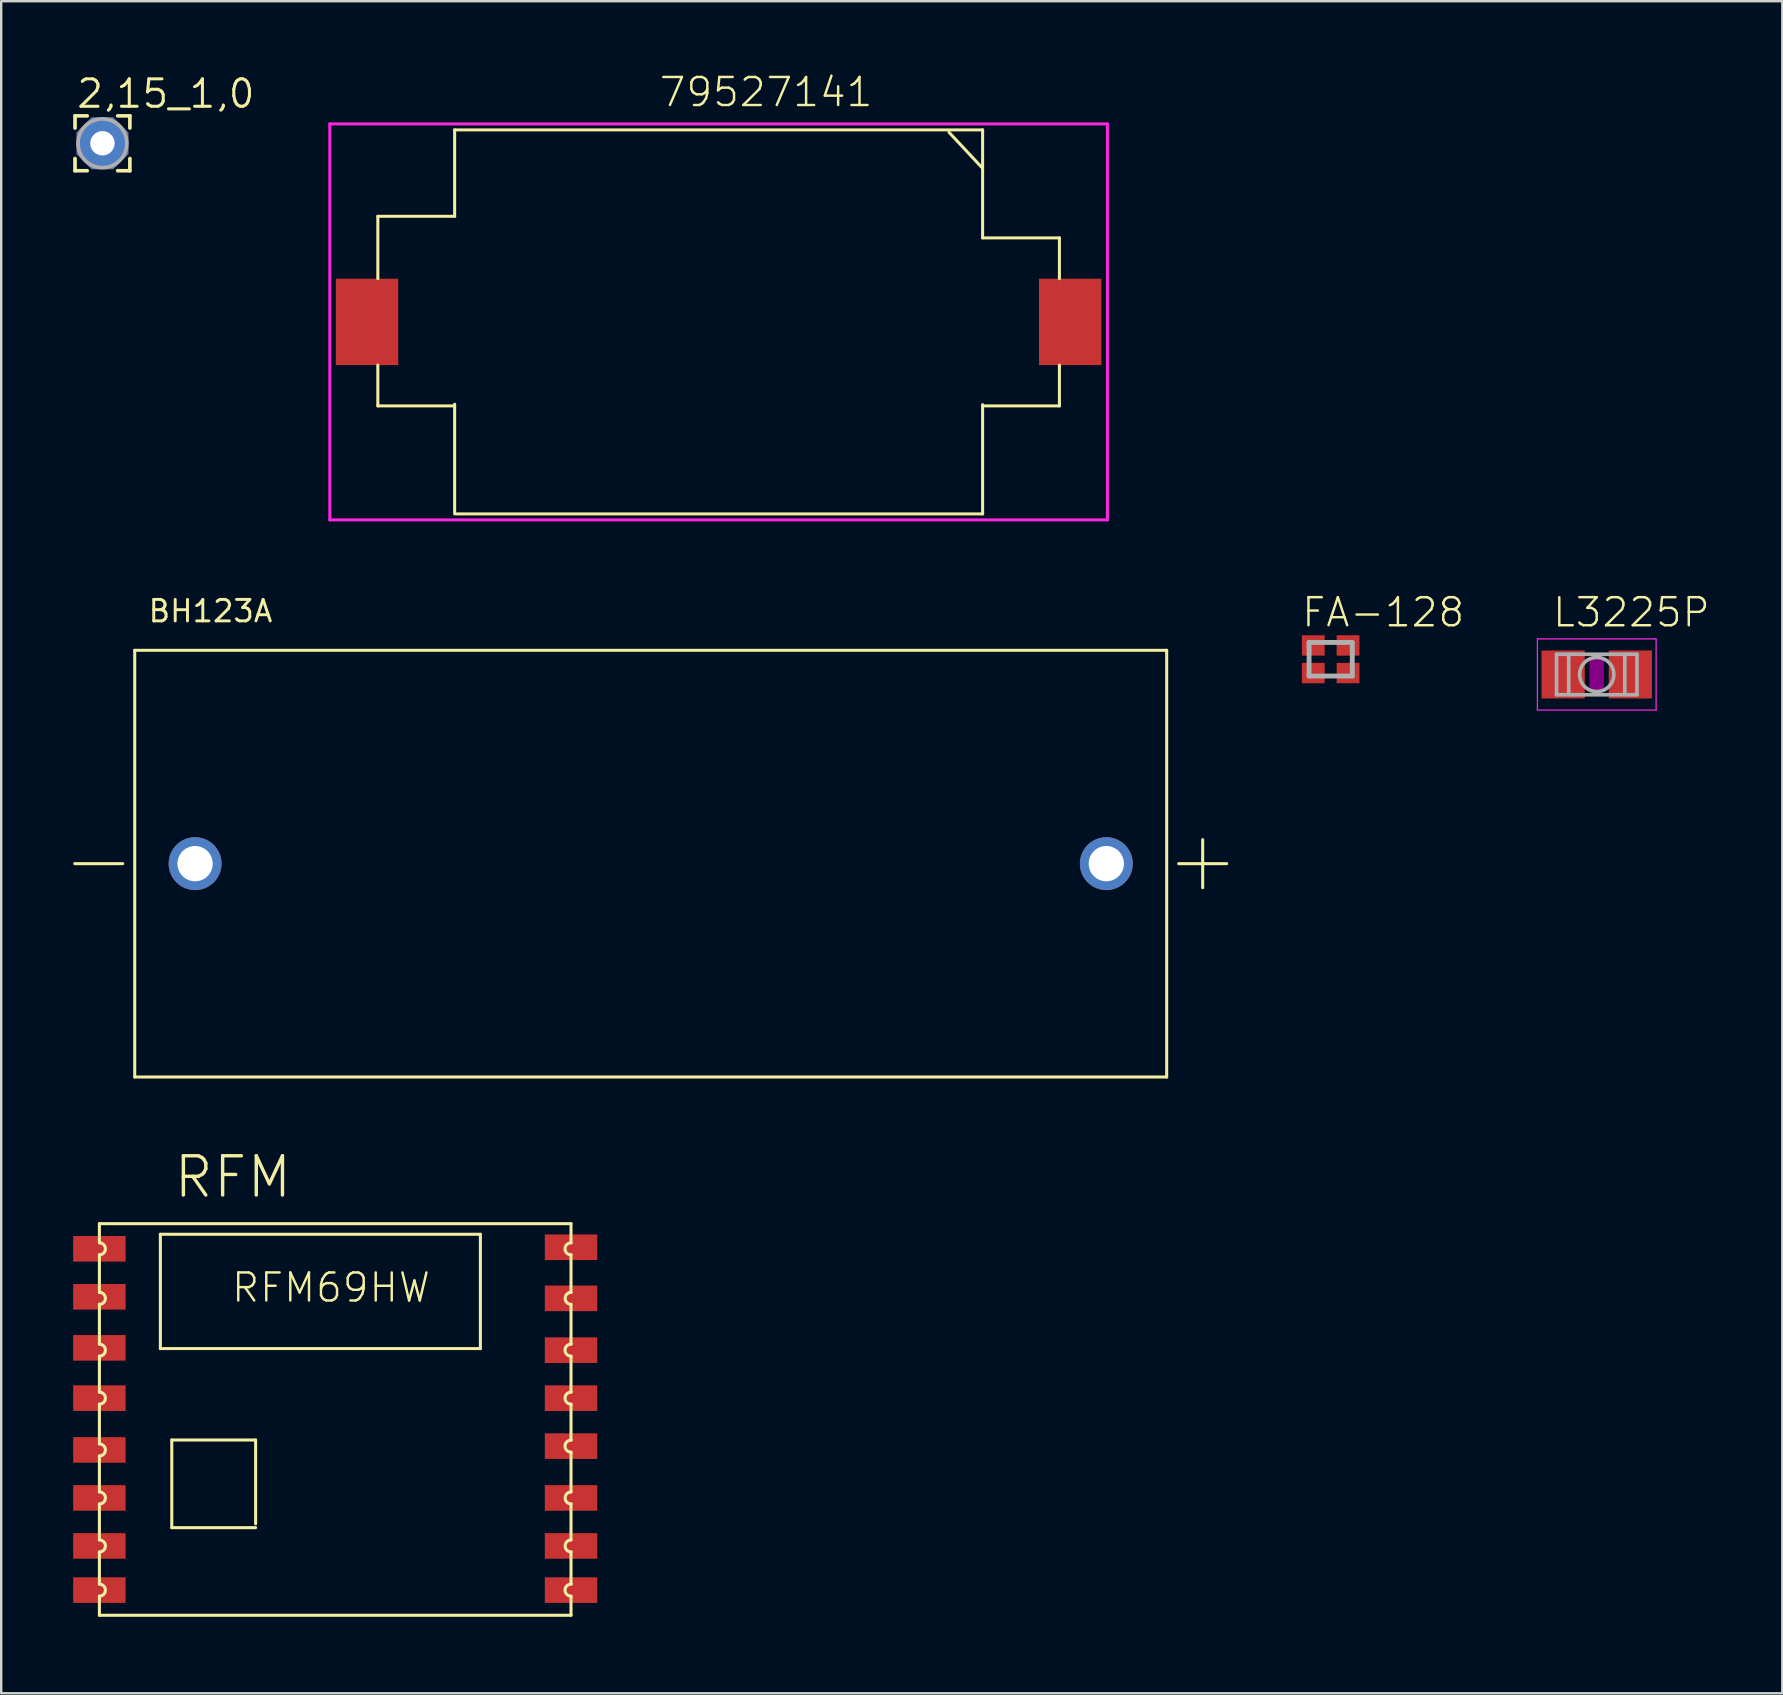
<source format=kicad_pcb>
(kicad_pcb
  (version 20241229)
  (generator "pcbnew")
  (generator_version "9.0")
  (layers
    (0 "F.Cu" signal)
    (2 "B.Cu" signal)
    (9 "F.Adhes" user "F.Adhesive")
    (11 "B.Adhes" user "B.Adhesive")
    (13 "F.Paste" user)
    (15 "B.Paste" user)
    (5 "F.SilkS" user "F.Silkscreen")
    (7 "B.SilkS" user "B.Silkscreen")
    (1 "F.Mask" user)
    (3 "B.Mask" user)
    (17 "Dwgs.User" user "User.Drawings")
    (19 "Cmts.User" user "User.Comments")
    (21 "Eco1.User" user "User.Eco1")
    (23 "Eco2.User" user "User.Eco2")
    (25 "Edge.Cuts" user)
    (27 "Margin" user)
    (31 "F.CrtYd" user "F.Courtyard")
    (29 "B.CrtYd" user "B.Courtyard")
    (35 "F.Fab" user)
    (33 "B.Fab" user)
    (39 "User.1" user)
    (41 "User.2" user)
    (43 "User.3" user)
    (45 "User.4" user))
  (footprint "L3225P"
    (layer "F.Cu")
    (at 63.484 25.055)
    (property "Reference" "L3225P" (at -1.905 -1.905 0) (layer "F.SilkS") (effects (font (size 1.168 1.168) (thickness 0.102)) (justify left bottom)))
    (fp_poly (pts (xy -0.3 0.7) (xy 0.3 0.7) (xy 0.3 -0.7) (xy -0.3 -0.7)) (stroke (width 0) (type default)) (fill yes) (layer "F.Adhes"))
    (fp_line (start -2.473 -1.483) (end 2.473 -1.483) (stroke (width 0.051) (type solid)) (layer "F.CrtYd"))
    (fp_line (start -2.473 1.483) (end -2.473 -1.483) (stroke (width 0.051) (type solid)) (layer "F.CrtYd"))
    (fp_line (start 2.473 -1.483) (end 2.473 1.483) (stroke (width 0.051) (type solid)) (layer "F.CrtYd"))
    (fp_line (start 2.473 1.483) (end -2.473 1.483) (stroke (width 0.051) (type solid)) (layer "F.CrtYd"))
    (fp_line (start -1.676 -0.845) (end 1.676 -0.845) (stroke (width 0.152) (type solid)) (layer "F.Fab"))
    (fp_line (start -1.676 -0.838) (end -1.676 0.838) (stroke (width 0.152) (type solid)) (layer "F.Fab"))
    (fp_line (start -1.168 -0.838) (end -1.168 0.838) (stroke (width 0.152) (type solid)) (layer "F.Fab"))
    (fp_line (start 1.168 -0.838) (end 1.168 0.838) (stroke (width 0.152) (type solid)) (layer "F.Fab"))
    (fp_line (start 1.676 -0.838) (end 1.676 0.838) (stroke (width 0.152) (type solid)) (layer "F.Fab"))
    (fp_line (start 1.676 0.845) (end -1.676 0.845) (stroke (width 0.152) (type solid)) (layer "F.Fab"))
    (fp_circle (center 0 0) (end 0.712 0) (stroke (width 0.152) (type solid)) (fill no) (layer "F.Fab"))
    (pad "1" smd rect (at -1.4 0) (size 1.8 2) (layers "F.Cu" "F.Mask" "F.Paste"))
    (pad "2" smd rect (at 1.4 0) (size 1.8 2) (layers "F.Cu" "F.Mask" "F.Paste")))
  (footprint "2,15_1,0"
    (layer "F.Cu")
    (at 1.219 2.921)
    (property "Reference" "2,15_1,0" (at -1.143 -1.397 0) (layer "F.SilkS") (effects (font (size 1.143 1.143) (thickness 0.127)) (justify left bottom)))
    (fp_line (start -1.143 -1.143) (end -1.143 -0.635) (stroke (width 0.152) (type solid)) (layer "F.SilkS"))
    (fp_line (start -1.143 0.635) (end -1.143 1.143) (stroke (width 0.152) (type solid)) (layer "F.SilkS"))
    (fp_line (start -1.143 1.143) (end -0.635 1.143) (stroke (width 0.152) (type solid)) (layer "F.SilkS"))
    (fp_line (start -0.635 -1.143) (end -1.143 -1.143) (stroke (width 0.152) (type solid)) (layer "F.SilkS"))
    (fp_line (start 1.143 -1.143) (end 0.635 -1.143) (stroke (width 0.152) (type solid)) (layer "F.SilkS"))
    (fp_line (start 1.143 -0.635) (end 1.143 -1.143) (stroke (width 0.152) (type solid)) (layer "F.SilkS"))
    (fp_line (start 1.143 1.143) (end 0.635 1.143) (stroke (width 0.152) (type solid)) (layer "F.SilkS"))
    (fp_line (start 1.143 1.143) (end 1.143 0.635) (stroke (width 0.152) (type solid)) (layer "F.SilkS"))
    (fp_circle (center 0 0) (end 1.016 0) (stroke (width 0.152) (type solid)) (fill no) (layer "F.Fab"))
    (pad "1" thru_hole roundrect (at 0 0) (size 2.159 2.159) (drill 1.016) (layers "*.Cu" "*.Mask") (roundrect_rratio 0.25) (chamfer_ratio 0.293) (chamfer top_left top_right bottom_left bottom_right)))
  (footprint "BH123A"
    (layer "F.Cu")
    (at 24.064 32.937)
    (property "Reference" "BH123A" (at -21 -10 0) (layer "F.SilkS") (effects (font (size 0.894 0.894) (thickness 0.122)) (justify left bottom)))
    (fp_line (start -24 0) (end -22 0) (stroke (width 0.127) (type solid)) (layer "F.SilkS"))
    (fp_line (start -21.5 -8.89) (end 21.5 -8.89) (stroke (width 0.127) (type solid)) (layer "F.SilkS"))
    (fp_line (start -21.5 8.89) (end -21.5 -8.89) (stroke (width 0.127) (type solid)) (layer "F.SilkS"))
    (fp_line (start 21.5 -8.89) (end 21.5 8.89) (stroke (width 0.127) (type solid)) (layer "F.SilkS"))
    (fp_line (start 21.5 8.89) (end -21.5 8.89) (stroke (width 0.127) (type solid)) (layer "F.SilkS"))
    (fp_line (start 22 0) (end 24 0) (stroke (width 0.127) (type solid)) (layer "F.SilkS"))
    (fp_line (start 23 -1) (end 23 1) (stroke (width 0.127) (type solid)) (layer "F.SilkS"))
    (pad "+" thru_hole circle (at 18.985 0) (size 2.205 2.205) (drill 1.47) (layers "*.Cu" "*.Mask"))
    (pad "-" thru_hole circle (at -18.985 0) (size 2.205 2.205) (drill 1.47) (layers "*.Cu" "*.Mask")))
  (footprint "RFM"
    (layer "F.Cu")
    (at 1.092 64.256)
    (property "Reference" "RFM" (at 3.016 -17.304 0) (layer "F.SilkS") (effects (font (size 1.636 1.636) (thickness 0.142)) (justify left bottom)))
    (fp_line (start 0 -16.317) (end 19.651 -16.317) (stroke (width 0.127) (type solid)) (layer "F.SilkS"))
    (fp_line (start 0 -15.52) (end 0 -16.317) (stroke (width 0.127) (type solid)) (layer "F.SilkS"))
    (fp_line (start 0 -13.456) (end 0 -15.02) (stroke (width 0.127) (type solid)) (layer "F.SilkS"))
    (fp_line (start 0 -11.297) (end 0 -12.956) (stroke (width 0.127) (type solid)) (layer "F.SilkS"))
    (fp_line (start 0 -9.297) (end 0 -10.797) (stroke (width 0.127) (type solid)) (layer "F.SilkS"))
    (fp_line (start 0 -7.139) (end 0 -8.797) (stroke (width 0.127) (type solid)) (layer "F.SilkS"))
    (fp_line (start 0 -5.139) (end 0 -6.639) (stroke (width 0.127) (type solid)) (layer "F.SilkS"))
    (fp_line (start 0 -3.139) (end 0 -4.639) (stroke (width 0.127) (type solid)) (layer "F.SilkS"))
    (fp_line (start 0 -1.298) (end 0 -2.639) (stroke (width 0.127) (type solid)) (layer "F.SilkS"))
    (fp_line (start 0 0) (end 0 -0.797) (stroke (width 0.127) (type solid)) (layer "F.SilkS"))
    (fp_line (start 0 0) (end 19.651 0) (stroke (width 0.127) (type solid)) (layer "F.SilkS"))
    (fp_line (start 2.54 -15.875) (end 2.54 -11.113) (stroke (width 0.127) (type solid)) (layer "F.SilkS"))
    (fp_line (start 2.54 -11.113) (end 15.875 -11.113) (stroke (width 0.127) (type solid)) (layer "F.SilkS"))
    (fp_line (start 3.016 -7.303) (end 3.016 -3.651) (stroke (width 0.127) (type solid)) (layer "F.SilkS"))
    (fp_line (start 3.016 -3.651) (end 6.509 -3.651) (stroke (width 0.127) (type solid)) (layer "F.SilkS"))
    (fp_line (start 6.509 -7.303) (end 3.016 -7.303) (stroke (width 0.127) (type solid)) (layer "F.SilkS"))
    (fp_line (start 6.509 -3.81) (end 6.509 -7.303) (stroke (width 0.127) (type solid)) (layer "F.SilkS"))
    (fp_line (start 15.875 -15.875) (end 2.54 -15.875) (stroke (width 0.127) (type solid)) (layer "F.SilkS"))
    (fp_line (start 15.875 -11.113) (end 15.875 -15.875) (stroke (width 0.127) (type solid)) (layer "F.SilkS"))
    (fp_line (start 19.651 -15.52) (end 19.651 -16.317) (stroke (width 0.127) (type solid)) (layer "F.SilkS"))
    (fp_line (start 19.651 -13.456) (end 19.651 -15.02) (stroke (width 0.127) (type solid)) (layer "F.SilkS"))
    (fp_line (start 19.651 -11.297) (end 19.651 -12.956) (stroke (width 0.127) (type solid)) (layer "F.SilkS"))
    (fp_line (start 19.651 -9.297) (end 19.651 -10.797) (stroke (width 0.127) (type solid)) (layer "F.SilkS"))
    (fp_line (start 19.651 -7.298) (end 19.651 -8.797) (stroke (width 0.127) (type solid)) (layer "F.SilkS"))
    (fp_line (start 19.651 -5.139) (end 19.651 -6.798) (stroke (width 0.127) (type solid)) (layer "F.SilkS"))
    (fp_line (start 19.651 -3.139) (end 19.651 -4.639) (stroke (width 0.127) (type solid)) (layer "F.SilkS"))
    (fp_line (start 19.651 -1.298) (end 19.651 -2.639) (stroke (width 0.127) (type solid)) (layer "F.SilkS"))
    (fp_line (start 19.651 0) (end 19.651 -0.797) (stroke (width 0.127) (type solid)) (layer "F.SilkS"))
    (fp_arc (start 0 -15.52) (mid 0.25 -15.27) (end 0 -15.02) (stroke (width 0.127) (type solid)) (layer "F.SilkS"))
    (fp_arc (start 0 -13.45625) (mid 0.25 -13.20625) (end 0 -12.95625) (stroke (width 0.127) (type solid)) (layer "F.SilkS"))
    (fp_arc (start 0 -11.2975) (mid 0.25 -11.0475) (end 0 -10.7975) (stroke (width 0.127) (type solid)) (layer "F.SilkS"))
    (fp_arc (start 0 -9.2975) (mid 0.25 -9.0475) (end 0 -8.7975) (stroke (width 0.127) (type solid)) (layer "F.SilkS"))
    (fp_arc (start 0 -7.13875) (mid 0.25 -6.88875) (end 0 -6.63875) (stroke (width 0.127) (type solid)) (layer "F.SilkS"))
    (fp_arc (start 0 -5.13875) (mid 0.25 -4.88875) (end 0 -4.63875) (stroke (width 0.127) (type solid)) (layer "F.SilkS"))
    (fp_arc (start 0 -3.13875) (mid 0.25 -2.88875) (end 0 -2.63875) (stroke (width 0.127) (type solid)) (layer "F.SilkS"))
    (fp_arc (start 0 -1.2975) (mid 0.25 -1.0475) (end 0 -0.7975) (stroke (width 0.127) (type solid)) (layer "F.SilkS"))
    (fp_arc (start 19.65125 -15.02) (mid 19.40125 -15.27) (end 19.65125 -15.52) (stroke (width 0.127) (type solid)) (layer "F.SilkS"))
    (fp_arc (start 19.65125 -12.95625) (mid 19.40125 -13.20625) (end 19.65125 -13.45625) (stroke (width 0.127) (type solid)) (layer "F.SilkS"))
    (fp_arc (start 19.65125 -10.7975) (mid 19.40125 -11.0475) (end 19.65125 -11.2975) (stroke (width 0.127) (type solid)) (layer "F.SilkS"))
    (fp_arc (start 19.65125 -8.7975) (mid 19.40125 -9.0475) (end 19.65125 -9.2975) (stroke (width 0.127) (type solid)) (layer "F.SilkS"))
    (fp_arc (start 19.65125 -6.7975) (mid 19.40125 -7.0475) (end 19.65125 -7.2975) (stroke (width 0.127) (type solid)) (layer "F.SilkS"))
    (fp_arc (start 19.65125 -4.63875) (mid 19.40125 -4.88875) (end 19.65125 -5.13875) (stroke (width 0.127) (type solid)) (layer "F.SilkS"))
    (fp_arc (start 19.65125 -2.63875) (mid 19.40125 -2.88875) (end 19.65125 -3.13875) (stroke (width 0.127) (type solid)) (layer "F.SilkS"))
    (fp_arc (start 19.65125 -0.7975) (mid 19.40125 -1.0475) (end 19.65125 -1.2975) (stroke (width 0.127) (type solid)) (layer "F.SilkS"))
    (fp_text user "RFM69HW" (at 5.44 -12.969 0) (layer "F.SilkS") (effects (font (size 1.168 1.168) (thickness 0.102)) (justify left bottom)))
    (pad "ANT" smd rect (at 19.651 -2.889) (size 2.184 1.067) (layers "F.Cu" "F.Mask" "F.Paste"))
    (pad "DIO0" smd rect (at 0 -13.27) (size 2.184 1.067) (layers "F.Cu" "F.Mask" "F.Paste"))
    (pad "DIO1" smd rect (at 0 -11.143) (size 2.184 1.067) (layers "F.Cu" "F.Mask" "F.Paste"))
    (pad "DIO2" smd rect (at 0 -9.047) (size 2.184 1.067) (layers "F.Cu" "F.Mask" "F.Paste"))
    (pad "DIO3" smd rect (at 0 -6.889) (size 2.184 1.067) (layers "F.Cu" "F.Mask" "F.Paste"))
    (pad "DIO4" smd rect (at 0 -4.889) (size 2.184 1.067) (layers "F.Cu" "F.Mask" "F.Paste"))
    (pad "DIO5" smd rect (at 0 -2.889) (size 2.184 1.067) (layers "F.Cu" "F.Mask" "F.Paste"))
    (pad "GNDA" smd rect (at 19.651 -4.889) (size 2.184 1.067) (layers "F.Cu" "F.Mask" "F.Paste"))
    (pad "GNDB" smd rect (at 19.651 -1.048) (size 2.184 1.067) (layers "F.Cu" "F.Mask" "F.Paste"))
    (pad "MISO" smd rect (at 19.651 -9.047) (size 2.184 1.067) (layers "F.Cu" "F.Mask" "F.Paste"))
    (pad "MOSI" smd rect (at 19.651 -11.047) (size 2.184 1.067) (layers "F.Cu" "F.Mask" "F.Paste"))
    (pad "NC" smd rect (at 19.651 -15.334) (size 2.184 1.067) (layers "F.Cu" "F.Mask" "F.Paste"))
    (pad "NSS" smd rect (at 19.651 -13.206) (size 2.184 1.067) (layers "F.Cu" "F.Mask" "F.Paste"))
    (pad "RESET" smd rect (at 0 -15.27) (size 2.184 1.067) (layers "F.Cu" "F.Mask" "F.Paste"))
    (pad "SCK" smd rect (at 19.651 -7.048) (size 2.184 1.067) (layers "F.Cu" "F.Mask" "F.Paste"))
    (pad "VCC" smd rect (at 0 -1.048) (size 2.184 1.067) (layers "F.Cu" "F.Mask" "F.Paste")))
  (footprint "79527141"
    (layer "F.Cu")
    (at 26.894 10.363)
    (property "Reference" "79527141" (at -2.54 -8.89 0) (layer "F.SilkS") (effects (font (size 1.168 1.168) (thickness 0.102)) (justify left bottom)))
    (fp_line (start -14.2 -4.4) (end -14.2 -1.8) (stroke (width 0.127) (type solid)) (layer "F.SilkS"))
    (fp_line (start -14.2 -4.4) (end -11 -4.4) (stroke (width 0.127) (type solid)) (layer "F.SilkS"))
    (fp_line (start -14.2 1.8) (end -14.2 3.5) (stroke (width 0.127) (type solid)) (layer "F.SilkS"))
    (fp_line (start -14.2 3.5) (end -11 3.5) (stroke (width 0.127) (type solid)) (layer "F.SilkS"))
    (fp_line (start -11 -8) (end -11 -4.4) (stroke (width 0.127) (type solid)) (layer "F.SilkS"))
    (fp_line (start -11 -8) (end 11 -8) (stroke (width 0.127) (type solid)) (layer "F.SilkS"))
    (fp_line (start -11 3.43) (end -11 7.93) (stroke (width 0.127) (type solid)) (layer "F.SilkS"))
    (fp_line (start -11 8) (end 11 8) (stroke (width 0.127) (type solid)) (layer "F.SilkS"))
    (fp_line (start 9.6 -7.9) (end 11 -6.4) (stroke (width 0.127) (type solid)) (layer "F.SilkS"))
    (fp_line (start 11 -8) (end 11 -3.5) (stroke (width 0.127) (type solid)) (layer "F.SilkS"))
    (fp_line (start 11 -3.5) (end 14.2 -3.5) (stroke (width 0.127) (type solid)) (layer "F.SilkS"))
    (fp_line (start 11 3.45) (end 11 8) (stroke (width 0.127) (type solid)) (layer "F.SilkS"))
    (fp_line (start 11 3.5) (end 14.2 3.5) (stroke (width 0.127) (type solid)) (layer "F.SilkS"))
    (fp_line (start 14.2 -3.5) (end 14.2 -1.8) (stroke (width 0.127) (type solid)) (layer "F.SilkS"))
    (fp_line (start 14.2 1.8) (end 14.2 3.5) (stroke (width 0.127) (type solid)) (layer "F.SilkS"))
    (fp_line (start -16.2 -8.25) (end 16.2 -8.25) (stroke (width 0.127) (type solid)) (layer "F.CrtYd"))
    (fp_line (start -16.2 8.25) (end -16.2 -8.25) (stroke (width 0.127) (type solid)) (layer "F.CrtYd"))
    (fp_line (start 16.2 -8.25) (end 16.2 8.25) (stroke (width 0.127) (type solid)) (layer "F.CrtYd"))
    (fp_line (start 16.2 8.25) (end -16.2 8.25) (stroke (width 0.127) (type solid)) (layer "F.CrtYd"))
    (pad "+" smd rect (at 14.65 0) (size 2.6 3.6) (layers "F.Cu" "F.Mask" "F.Paste"))
    (pad "-" smd rect (at -14.65 0) (size 2.6 3.6) (layers "F.Cu" "F.Mask" "F.Paste")))
  (footprint "FA-128"
    (layer "F.Cu")
    (at 52.397 24.42)
    (property "Reference" "FA-128" (at -1.27 -1.27 0) (layer "F.SilkS") (effects (font (size 1.168 1.168) (thickness 0.102)) (justify left bottom)))
    (fp_poly (pts (xy -1.25 -0.1) (xy -0.2 -0.1) (xy -0.2 -1.05) (xy -1.25 -1.05)) (stroke (width 0) (type default)) (fill yes) (layer "F.Mask"))
    (fp_poly (pts (xy -1.25 1.05) (xy -0.2 1.05) (xy -0.2 0.1) (xy -1.25 0.1)) (stroke (width 0) (type default)) (fill yes) (layer "F.Mask"))
    (fp_poly (pts (xy 0.2 -0.1) (xy 1.25 -0.1) (xy 1.25 -1.05) (xy 0.2 -1.05)) (stroke (width 0) (type default)) (fill yes) (layer "F.Mask"))
    (fp_poly (pts (xy 1.25 1.05) (xy 0.2 1.05) (xy 0.2 0.439) (xy 0.539 0.1) (xy 1.25 0.1)) (stroke (width 0) (type default)) (fill yes) (layer "F.Mask"))
    (fp_poly (pts (xy -1.15 -0.2) (xy -0.3 -0.2) (xy -0.3 -0.95) (xy -1.15 -0.95)) (stroke (width 0) (type default)) (fill yes) (layer "F.Paste"))
    (fp_poly (pts (xy -1.15 0.95) (xy -0.3 0.95) (xy -0.3 0.2) (xy -1.15 0.2)) (stroke (width 0) (type default)) (fill yes) (layer "F.Paste"))
    (fp_poly (pts (xy 0.3 -0.2) (xy 1.15 -0.2) (xy 1.15 -0.95) (xy 0.3 -0.95)) (stroke (width 0) (type default)) (fill yes) (layer "F.Paste"))
    (fp_poly (pts (xy 1.15 0.95) (xy 0.3 0.95) (xy 0.3 0.464) (xy 0.564 0.2) (xy 1.15 0.2)) (stroke (width 0) (type default)) (fill yes) (layer "F.Paste"))
    (fp_line (start -0.9 -0.7) (end 0.9 -0.7) (stroke (width 0.203) (type solid)) (layer "F.Fab"))
    (fp_line (start -0.9 0.7) (end -0.9 -0.7) (stroke (width 0.203) (type solid)) (layer "F.Fab"))
    (fp_line (start 0.9 -0.7) (end 0.9 0.7) (stroke (width 0.203) (type solid)) (layer "F.Fab"))
    (fp_line (start 0.9 0.7) (end -0.9 0.7) (stroke (width 0.203) (type solid)) (layer "F.Fab"))
    (pad "1" smd rect (at -0.725 0.575) (size 0.95 0.85) (layers "F.Cu"))
    (pad "2" smd rect (at 0.725 0.575) (size 0.95 0.85) (layers "F.Cu"))
    (pad "3" smd rect (at 0.725 -0.575 180) (size 0.95 0.85) (layers "F.Cu"))
    (pad "4" smd rect (at -0.725 -0.575 180) (size 0.95 0.85) (layers "F.Cu")))
  (gr_rect
    (start -3 -3)
    (end 71.216 67.506)
    (stroke (width 0.1) (type default))
    (fill no)
    (layer "Edge.Cuts")))
</source>
